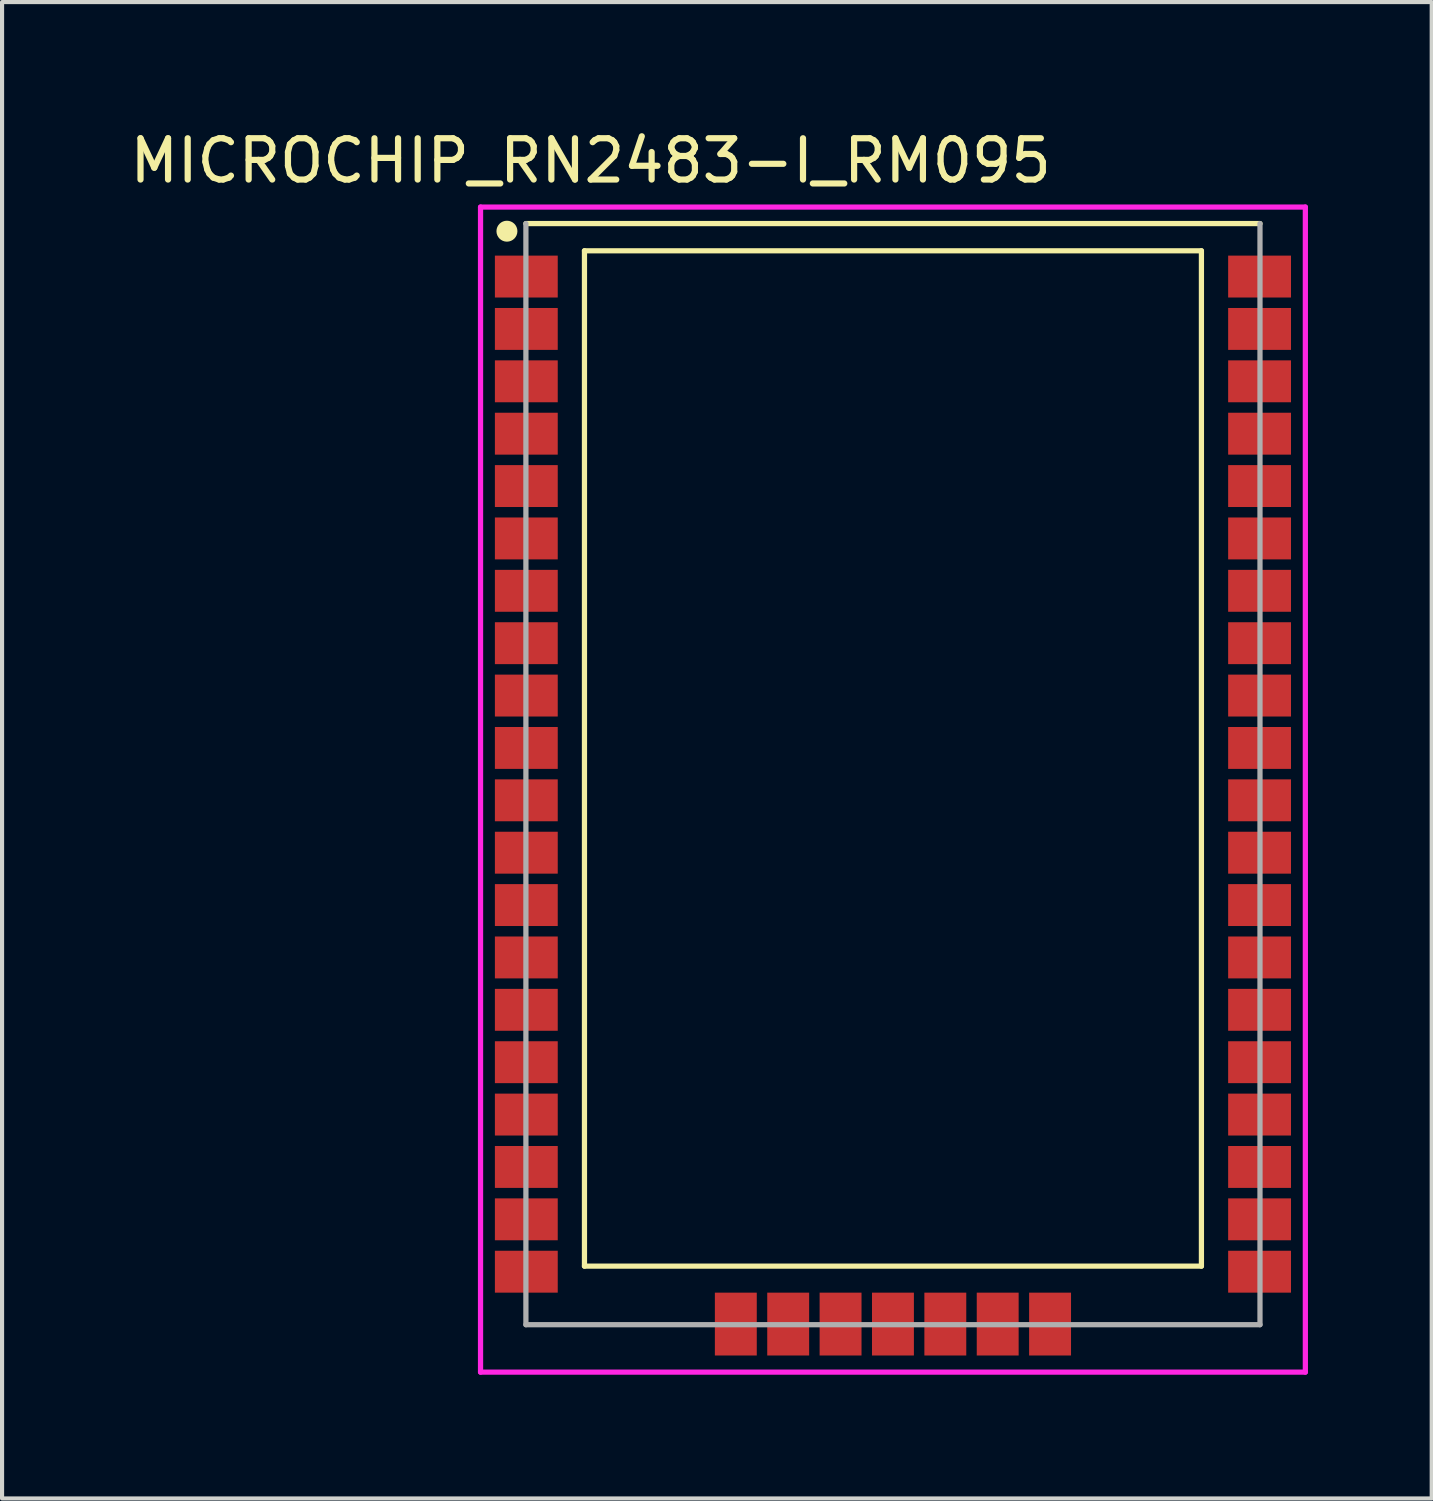
<source format=kicad_pcb>
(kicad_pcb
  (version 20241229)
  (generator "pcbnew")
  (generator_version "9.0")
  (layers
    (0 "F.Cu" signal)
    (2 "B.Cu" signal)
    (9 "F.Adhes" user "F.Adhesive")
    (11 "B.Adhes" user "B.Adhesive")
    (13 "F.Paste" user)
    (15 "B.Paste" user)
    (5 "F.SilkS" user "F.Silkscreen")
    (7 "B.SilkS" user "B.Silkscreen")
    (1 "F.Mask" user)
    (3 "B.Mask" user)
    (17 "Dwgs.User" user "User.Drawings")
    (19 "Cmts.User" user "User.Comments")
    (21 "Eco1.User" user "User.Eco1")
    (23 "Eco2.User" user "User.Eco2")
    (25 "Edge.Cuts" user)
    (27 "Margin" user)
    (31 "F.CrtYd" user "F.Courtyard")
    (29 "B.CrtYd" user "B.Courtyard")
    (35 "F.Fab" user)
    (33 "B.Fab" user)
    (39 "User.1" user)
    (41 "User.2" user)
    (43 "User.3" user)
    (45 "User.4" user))
  (footprint "MICROCHIP_RN2483-I_RM095"
    (layer "F.Cu")
    (at 18.602 15.721)
    (property "Reference" "MICROCHIP_RN2483-I_RM095" (at -7.329 -14.873 0) (layer "F.SilkS") (effects (font (size 1.001 1.001) (thickness 0.15))))
    (attr smd)
    (fp_line (start -7.48 -12.69) (end -7.48 11.93) (stroke (width 0.127) (type solid)) (layer "F.SilkS"))
    (fp_line (start -7.48 11.93) (end 7.48 11.93) (stroke (width 0.127) (type solid)) (layer "F.SilkS"))
    (fp_line (start 7.48 -12.69) (end -7.48 -12.69) (stroke (width 0.127) (type solid)) (layer "F.SilkS"))
    (fp_line (start 7.48 11.93) (end 7.48 -12.69) (stroke (width 0.127) (type solid)) (layer "F.SilkS"))
    (fp_line (start 8.9 -13.35) (end -8.9 -13.35) (stroke (width 0.127) (type solid)) (layer "F.SilkS"))
    (fp_circle (center -9.36 -13.165) (end -9.106 -13.165) (stroke (width 0) (type solid)) (fill yes) (layer "F.SilkS"))
    (fp_line (start -10 -13.75) (end 10 -13.75) (stroke (width 0.127) (type solid)) (layer "F.CrtYd"))
    (fp_line (start -10 14.5) (end -10 -13.75) (stroke (width 0.127) (type solid)) (layer "F.CrtYd"))
    (fp_line (start 10 -13.75) (end 10 14.5) (stroke (width 0.127) (type solid)) (layer "F.CrtYd"))
    (fp_line (start 10 14.5) (end -10 14.5) (stroke (width 0.127) (type solid)) (layer "F.CrtYd"))
    (fp_line (start -8.9 -13.35) (end -8.9 13.35) (stroke (width 0.127) (type solid)) (layer "F.Fab"))
    (fp_line (start -8.9 13.35) (end 8.9 13.35) (stroke (width 0.127) (type solid)) (layer "F.Fab"))
    (fp_line (start 8.9 13.35) (end 8.9 -13.35) (stroke (width 0.127) (type solid)) (layer "F.Fab"))
    (pad "1" smd rect (at -8.89 -12.065) (size 1.524 1.016) (layers "F.Cu" "F.Mask" "F.Paste"))
    (pad "2" smd rect (at -8.89 -10.795) (size 1.524 1.016) (layers "F.Cu" "F.Mask" "F.Paste"))
    (pad "3" smd rect (at -8.89 -9.525) (size 1.524 1.016) (layers "F.Cu" "F.Mask" "F.Paste"))
    (pad "4" smd rect (at -8.89 -8.255) (size 1.524 1.016) (layers "F.Cu" "F.Mask" "F.Paste"))
    (pad "5" smd rect (at -8.89 -6.985) (size 1.524 1.016) (layers "F.Cu" "F.Mask" "F.Paste"))
    (pad "6" smd rect (at -8.89 -5.715) (size 1.524 1.016) (layers "F.Cu" "F.Mask" "F.Paste"))
    (pad "7" smd rect (at -8.89 -4.445) (size 1.524 1.016) (layers "F.Cu" "F.Mask" "F.Paste"))
    (pad "8" smd rect (at -8.89 -3.175) (size 1.524 1.016) (layers "F.Cu" "F.Mask" "F.Paste"))
    (pad "9" smd rect (at -8.89 -1.905) (size 1.524 1.016) (layers "F.Cu" "F.Mask" "F.Paste"))
    (pad "10" smd rect (at -8.89 -0.635) (size 1.524 1.016) (layers "F.Cu" "F.Mask" "F.Paste"))
    (pad "11" smd rect (at -8.89 0.635) (size 1.524 1.016) (layers "F.Cu" "F.Mask" "F.Paste"))
    (pad "12" smd rect (at -8.89 1.905) (size 1.524 1.016) (layers "F.Cu" "F.Mask" "F.Paste"))
    (pad "13" smd rect (at -8.89 3.175) (size 1.524 1.016) (layers "F.Cu" "F.Mask" "F.Paste"))
    (pad "14" smd rect (at -8.89 4.445) (size 1.524 1.016) (layers "F.Cu" "F.Mask" "F.Paste"))
    (pad "15" smd rect (at -8.89 5.715) (size 1.524 1.016) (layers "F.Cu" "F.Mask" "F.Paste"))
    (pad "16" smd rect (at -8.89 6.985) (size 1.524 1.016) (layers "F.Cu" "F.Mask" "F.Paste"))
    (pad "17" smd rect (at -8.89 8.255) (size 1.524 1.016) (layers "F.Cu" "F.Mask" "F.Paste"))
    (pad "18" smd rect (at -8.89 9.525) (size 1.524 1.016) (layers "F.Cu" "F.Mask" "F.Paste"))
    (pad "19" smd rect (at -8.89 10.795) (size 1.524 1.016) (layers "F.Cu" "F.Mask" "F.Paste"))
    (pad "20" smd rect (at -8.89 12.065) (size 1.524 1.016) (layers "F.Cu" "F.Mask" "F.Paste"))
    (pad "21" smd rect (at -3.81 13.335) (size 1.016 1.524) (layers "F.Cu" "F.Mask" "F.Paste"))
    (pad "22" smd rect (at -2.54 13.335) (size 1.016 1.524) (layers "F.Cu" "F.Mask" "F.Paste"))
    (pad "23" smd rect (at -1.27 13.335) (size 1.016 1.524) (layers "F.Cu" "F.Mask" "F.Paste"))
    (pad "24" smd rect (at 0 13.335) (size 1.016 1.524) (layers "F.Cu" "F.Mask" "F.Paste"))
    (pad "25" smd rect (at 1.27 13.335) (size 1.016 1.524) (layers "F.Cu" "F.Mask" "F.Paste"))
    (pad "26" smd rect (at 2.54 13.335) (size 1.016 1.524) (layers "F.Cu" "F.Mask" "F.Paste"))
    (pad "27" smd rect (at 3.81 13.335) (size 1.016 1.524) (layers "F.Cu" "F.Mask" "F.Paste"))
    (pad "28" smd rect (at 8.89 12.065) (size 1.524 1.016) (layers "F.Cu" "F.Mask" "F.Paste"))
    (pad "29" smd rect (at 8.89 10.795) (size 1.524 1.016) (layers "F.Cu" "F.Mask" "F.Paste"))
    (pad "30" smd rect (at 8.89 9.525) (size 1.524 1.016) (layers "F.Cu" "F.Mask" "F.Paste"))
    (pad "31" smd rect (at 8.89 8.255) (size 1.524 1.016) (layers "F.Cu" "F.Mask" "F.Paste"))
    (pad "32" smd rect (at 8.89 6.985) (size 1.524 1.016) (layers "F.Cu" "F.Mask" "F.Paste"))
    (pad "33" smd rect (at 8.89 5.715) (size 1.524 1.016) (layers "F.Cu" "F.Mask" "F.Paste"))
    (pad "34" smd rect (at 8.89 4.445) (size 1.524 1.016) (layers "F.Cu" "F.Mask" "F.Paste"))
    (pad "35" smd rect (at 8.89 3.175) (size 1.524 1.016) (layers "F.Cu" "F.Mask" "F.Paste"))
    (pad "36" smd rect (at 8.89 1.905) (size 1.524 1.016) (layers "F.Cu" "F.Mask" "F.Paste"))
    (pad "37" smd rect (at 8.89 0.635) (size 1.524 1.016) (layers "F.Cu" "F.Mask" "F.Paste"))
    (pad "38" smd rect (at 8.89 -0.635) (size 1.524 1.016) (layers "F.Cu" "F.Mask" "F.Paste"))
    (pad "39" smd rect (at 8.89 -1.905) (size 1.524 1.016) (layers "F.Cu" "F.Mask" "F.Paste"))
    (pad "40" smd rect (at 8.89 -3.175) (size 1.524 1.016) (layers "F.Cu" "F.Mask" "F.Paste"))
    (pad "41" smd rect (at 8.89 -4.445) (size 1.524 1.016) (layers "F.Cu" "F.Mask" "F.Paste"))
    (pad "42" smd rect (at 8.89 -5.715) (size 1.524 1.016) (layers "F.Cu" "F.Mask" "F.Paste"))
    (pad "43" smd rect (at 8.89 -6.985) (size 1.524 1.016) (layers "F.Cu" "F.Mask" "F.Paste"))
    (pad "44" smd rect (at 8.89 -8.255) (size 1.524 1.016) (layers "F.Cu" "F.Mask" "F.Paste"))
    (pad "45" smd rect (at 8.89 -9.525) (size 1.524 1.016) (layers "F.Cu" "F.Mask" "F.Paste"))
    (pad "46" smd rect (at 8.89 -10.795) (size 1.524 1.016) (layers "F.Cu" "F.Mask" "F.Paste"))
    (pad "47" smd rect (at 8.89 -12.065) (size 1.524 1.016) (layers "F.Cu" "F.Mask" "F.Paste")))
  (gr_rect
    (start -3 -3)
    (end 31.666 33.285)
    (stroke (width 0.1) (type default))
    (fill no)
    (layer "Edge.Cuts")))
</source>
